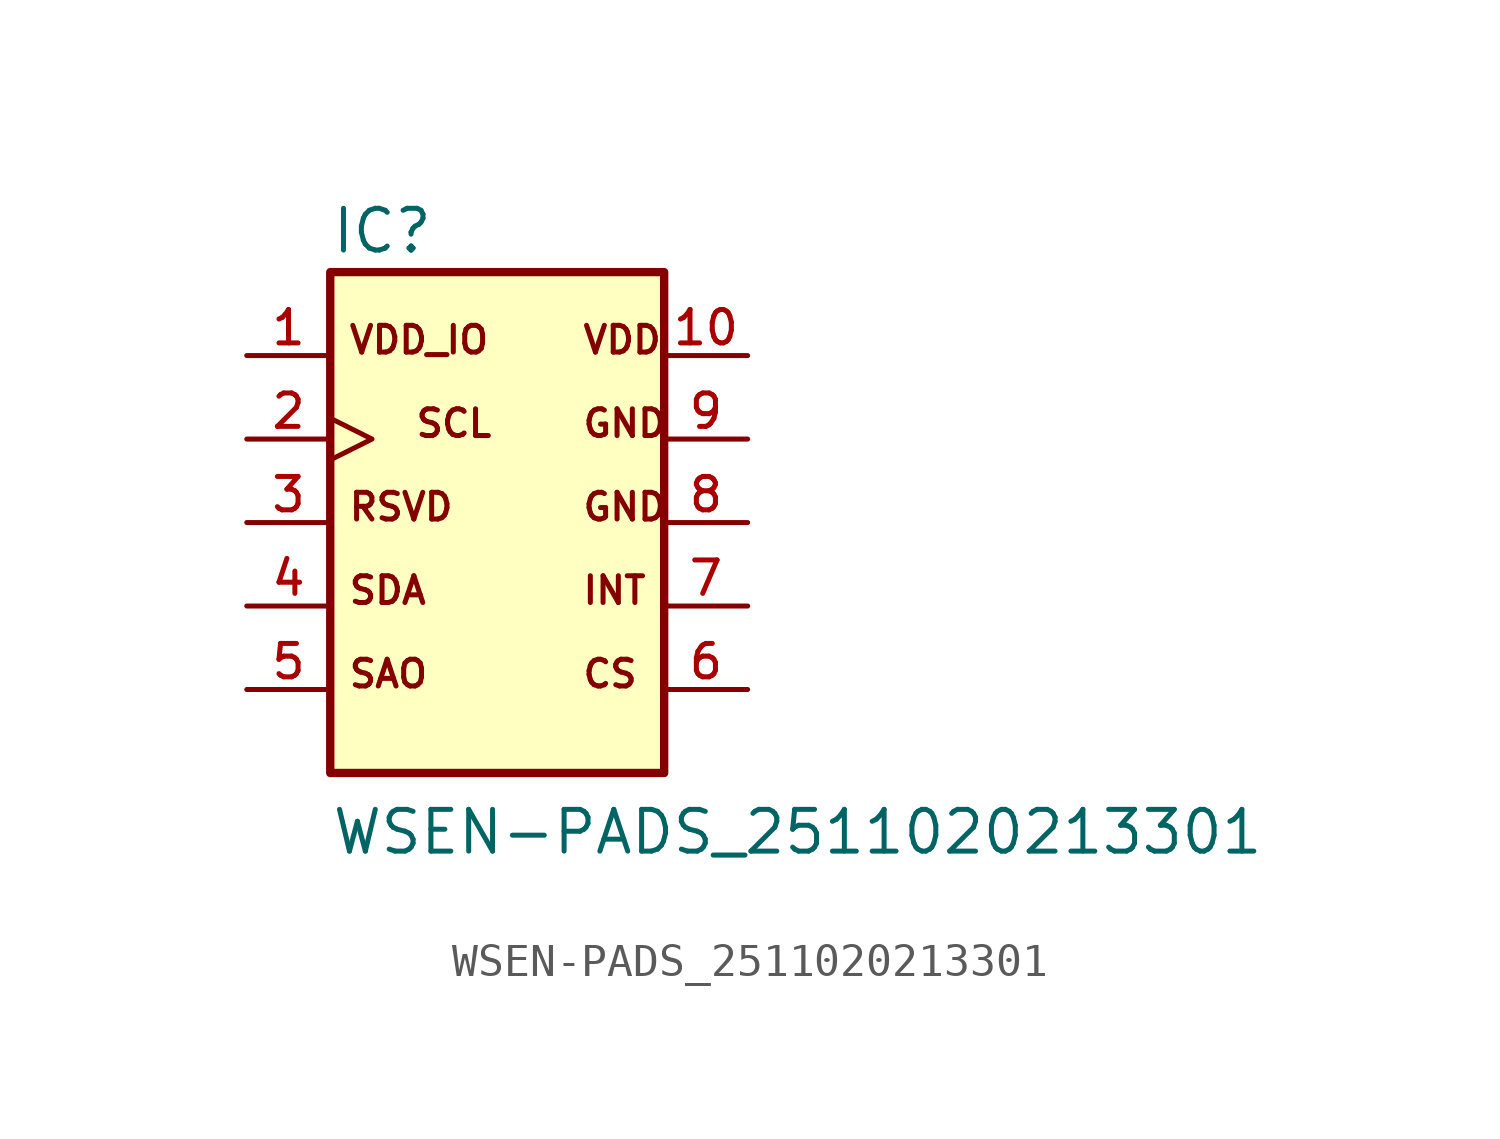
<source format=kicad_sym>
(kicad_symbol_lib
  (version 20211014)
  (generator kicad_symbol_editor)
  (symbol "WSEN-PADS_2511020213301"
    (pin_names
      (offset 1.016))
    (property "Reference" "IC"
      (at -5.08 8.128 0)
      (effects (font (size 1.27 1.27)) (justify bottom left)))
    (property "Value" "WSEN-PADS_2511020213301"
      (at -5.08 -10.16 0)
      (effects (font (size 1.27 1.27)) (justify bottom left)))
    (symbol "WSEN-PADS_2511020213301_0_0"
      (text "VDD_IO" (at -4.572 5.08 0) (effects (font (size 0.813 0.813)) (justify bottom left)))
      (text "SCL" (at -2.54 2.54 0) (effects (font (size 0.813 0.813)) (justify bottom left)))
      (text "RSVD" (at -4.572 0.0 0) (effects (font (size 0.813 0.813)) (justify bottom left)))
      (text "SDA" (at -4.572 -2.54 0) (effects (font (size 0.813 0.813)) (justify bottom left)))
      (text "SAO" (at -4.572 -5.08 0) (effects (font (size 0.813 0.813)) (justify bottom left)))
      (text "CS" (at 2.54 -5.08 0) (effects (font (size 0.813 0.813)) (justify bottom left)))
      (text "INT" (at 2.54 -2.54 0) (effects (font (size 0.813 0.813)) (justify bottom left)))
      (text "GND" (at 2.54 0.0 0) (effects (font (size 0.813 0.813)) (justify bottom left)))
      (text "GND" (at 2.54 2.54 0) (effects (font (size 0.813 0.813)) (justify bottom left)))
      (text "VDD" (at 2.54 5.08 0) (effects (font (size 0.813 0.813)) (justify bottom left)))
      (rectangle (start -5.08 -7.62) (end 5.08 7.62) (stroke (width 0.254)) (fill (type background)))
      (pin power_in line (at -7.62 5.08 0) (length 2.54) (name "~" (effects (font (size 1.016 1.016)))) (number "1" (effects (font (size 1.016 1.016)))))
      (pin input clock (at -7.62 2.54 0) (length 2.54) (name "~" (effects (font (size 1.016 1.016)))) (number "2" (effects (font (size 1.016 1.016)))))
      (pin bidirectional line (at -7.62 0.0 0) (length 2.54) (name "~" (effects (font (size 1.016 1.016)))) (number "3" (effects (font (size 1.016 1.016)))))
      (pin bidirectional line (at -7.62 -2.54 0) (length 2.54) (name "~" (effects (font (size 1.016 1.016)))) (number "4" (effects (font (size 1.016 1.016)))))
      (pin bidirectional line (at -7.62 -5.08 0) (length 2.54) (name "~" (effects (font (size 1.016 1.016)))) (number "5" (effects (font (size 1.016 1.016)))))
      (pin input line (at 7.62 -5.08 180.0) (length 2.54) (name "~" (effects (font (size 1.016 1.016)))) (number "6" (effects (font (size 1.016 1.016)))))
      (pin output line (at 7.62 -2.54 180.0) (length 2.54) (name "~" (effects (font (size 1.016 1.016)))) (number "7" (effects (font (size 1.016 1.016)))))
      (pin power_in line (at 7.62 0.0 180.0) (length 2.54) (name "~" (effects (font (size 1.016 1.016)))) (number "8" (effects (font (size 1.016 1.016)))))
      (pin power_in line (at 7.62 2.54 180.0) (length 2.54) (name "~" (effects (font (size 1.016 1.016)))) (number "9" (effects (font (size 1.016 1.016)))))
      (pin power_in line (at 7.62 5.08 180.0) (length 2.54) (name "~" (effects (font (size 1.016 1.016)))) (number "10" (effects (font (size 1.016 1.016))))))))
</source>
